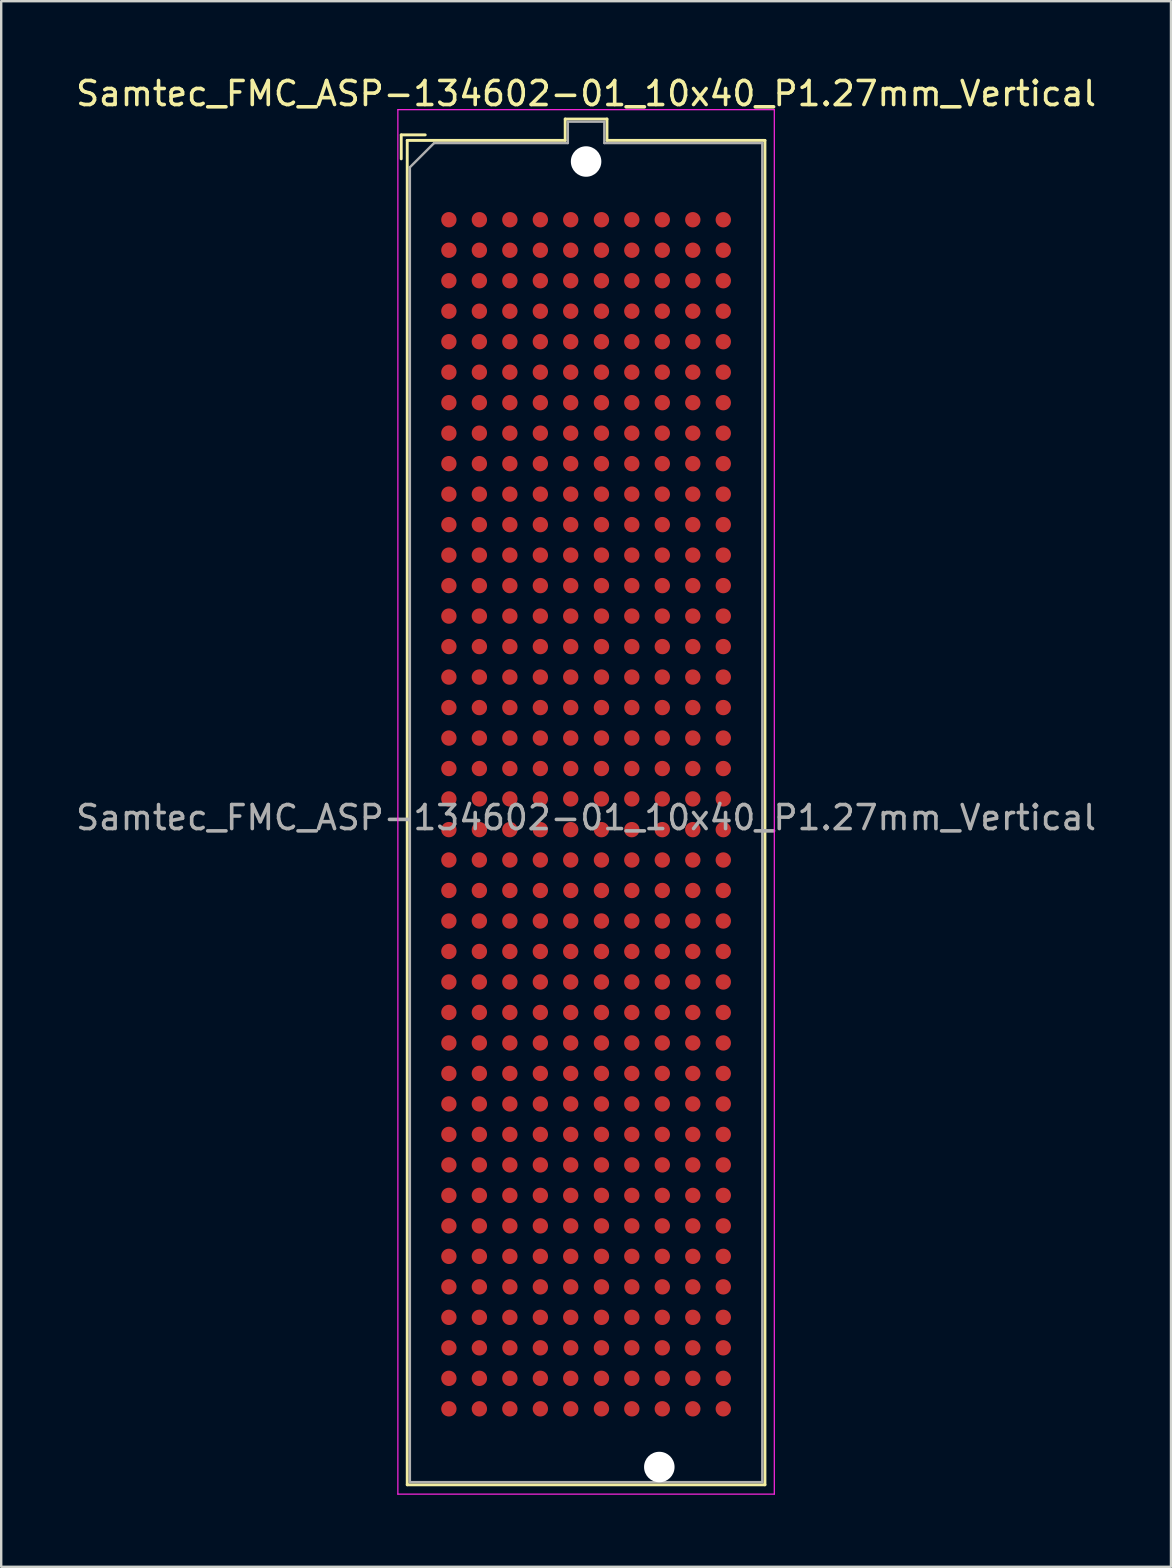
<source format=kicad_pcb>
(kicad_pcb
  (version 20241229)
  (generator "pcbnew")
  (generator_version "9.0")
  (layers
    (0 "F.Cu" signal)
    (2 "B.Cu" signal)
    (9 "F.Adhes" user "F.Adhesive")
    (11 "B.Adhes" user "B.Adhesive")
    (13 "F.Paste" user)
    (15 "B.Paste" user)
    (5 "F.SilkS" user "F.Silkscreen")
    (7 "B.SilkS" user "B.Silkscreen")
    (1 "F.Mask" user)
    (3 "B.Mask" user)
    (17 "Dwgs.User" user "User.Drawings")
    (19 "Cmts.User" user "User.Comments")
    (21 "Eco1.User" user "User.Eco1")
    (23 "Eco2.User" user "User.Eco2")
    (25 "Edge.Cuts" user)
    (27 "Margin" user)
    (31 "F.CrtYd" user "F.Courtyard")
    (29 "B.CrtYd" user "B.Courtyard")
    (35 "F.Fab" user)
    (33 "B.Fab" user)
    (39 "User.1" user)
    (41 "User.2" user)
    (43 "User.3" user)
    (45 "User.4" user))
  (footprint "Samtec_FMC_ASP-134602-01_10x40_P1.27mm_Vertical"
    (layer "F.Cu")
    (at 21.363 30.868)
    (property "Reference" "Samtec_FMC_ASP-134602-01_10x40_P1.27mm_Vertical" (at 0 -30.02 0) (layer "F.SilkS") (effects (font (size 1 1) (thickness 0.15))))
    (attr smd)
    (fp_line (start -7.7 -28.3) (end -6.7 -28.3) (stroke (width 0.12) (type solid)) (layer "F.SilkS"))
    (fp_line (start -7.7 -27.3) (end -7.7 -28.3) (stroke (width 0.12) (type solid)) (layer "F.SilkS"))
    (fp_line (start -7.45 -28.07) (end -7.45 27.93) (stroke (width 0.12) (type solid)) (layer "F.SilkS"))
    (fp_line (start -7.45 27.93) (end 7.45 27.93) (stroke (width 0.12) (type solid)) (layer "F.SilkS"))
    (fp_line (start -0.87 -28.96) (end -0.87 -28.07) (stroke (width 0.12) (type solid)) (layer "F.SilkS"))
    (fp_line (start -0.87 -28.07) (end -7.45 -28.07) (stroke (width 0.12) (type solid)) (layer "F.SilkS"))
    (fp_line (start 0.87 -28.96) (end -0.87 -28.96) (stroke (width 0.12) (type solid)) (layer "F.SilkS"))
    (fp_line (start 0.87 -28.07) (end 0.87 -28.96) (stroke (width 0.12) (type solid)) (layer "F.SilkS"))
    (fp_line (start 7.45 -28.07) (end 0.87 -28.07) (stroke (width 0.12) (type solid)) (layer "F.SilkS"))
    (fp_line (start 7.45 27.93) (end 7.45 -28.07) (stroke (width 0.12) (type solid)) (layer "F.SilkS"))
    (fp_line (start -7.84 -29.35) (end -7.84 28.32) (stroke (width 0.05) (type solid)) (layer "F.CrtYd"))
    (fp_line (start -7.84 -29.35) (end 7.84 -29.35) (stroke (width 0.05) (type solid)) (layer "F.CrtYd"))
    (fp_line (start -7.84 28.32) (end 7.84 28.32) (stroke (width 0.05) (type solid)) (layer "F.CrtYd"))
    (fp_line (start 7.84 -29.35) (end 7.84 28.32) (stroke (width 0.05) (type solid)) (layer "F.CrtYd"))
    (fp_line (start -7.34 -26.95) (end -6.33 -27.96) (stroke (width 0.1) (type solid)) (layer "F.Fab"))
    (fp_line (start -7.34 27.82) (end -7.34 -26.95) (stroke (width 0.1) (type solid)) (layer "F.Fab"))
    (fp_line (start -7.34 27.82) (end 7.34 27.82) (stroke (width 0.1) (type solid)) (layer "F.Fab"))
    (fp_line (start -0.76 -28.85) (end 0.76 -28.85) (stroke (width 0.1) (type solid)) (layer "F.Fab"))
    (fp_line (start -0.76 -27.96) (end -6.33 -27.96) (stroke (width 0.1) (type solid)) (layer "F.Fab"))
    (fp_line (start -0.76 -27.96) (end -0.76 -28.85) (stroke (width 0.1) (type solid)) (layer "F.Fab"))
    (fp_line (start 0.76 -27.96) (end 0.76 -28.85) (stroke (width 0.1) (type solid)) (layer "F.Fab"))
    (fp_line (start 0.76 -27.96) (end 7.34 -27.96) (stroke (width 0.1) (type solid)) (layer "F.Fab"))
    (fp_line (start 7.34 27.82) (end 7.34 -27.96) (stroke (width 0.1) (type solid)) (layer "F.Fab"))
    (fp_text user "${REFERENCE}" (at 0 0.14 0) (layer "F.Fab") (effects (font (size 1 1) (thickness 0.15))))
    (pad "" np_thru_hole circle (at 0 -27.19 90) (size 1.27 1.27) (drill 1.27) (layers "*.Cu" "*.Mask"))
    (pad "" np_thru_hole circle (at 3.05 27.19 90) (size 1.27 1.27) (drill 1.27) (layers "*.Cu" "*.Mask"))
    (pad "A1" smd circle (at -5.715 -24.765 90) (size 0.64 0.64) (layers "F.Cu" "F.Mask" "F.Paste"))
    (pad "A2" smd circle (at -5.715 -23.495 90) (size 0.64 0.64) (layers "F.Cu" "F.Mask" "F.Paste"))
    (pad "A3" smd circle (at -5.715 -22.225 90) (size 0.64 0.64) (layers "F.Cu" "F.Mask" "F.Paste"))
    (pad "A4" smd circle (at -5.715 -20.955 90) (size 0.64 0.64) (layers "F.Cu" "F.Mask" "F.Paste"))
    (pad "A5" smd circle (at -5.715 -19.685 90) (size 0.64 0.64) (layers "F.Cu" "F.Mask" "F.Paste"))
    (pad "A6" smd circle (at -5.715 -18.415 90) (size 0.64 0.64) (layers "F.Cu" "F.Mask" "F.Paste"))
    (pad "A7" smd circle (at -5.715 -17.145 90) (size 0.64 0.64) (layers "F.Cu" "F.Mask" "F.Paste"))
    (pad "A8" smd circle (at -5.715 -15.875 90) (size 0.64 0.64) (layers "F.Cu" "F.Mask" "F.Paste"))
    (pad "A9" smd circle (at -5.715 -14.605 90) (size 0.64 0.64) (layers "F.Cu" "F.Mask" "F.Paste"))
    (pad "A10" smd circle (at -5.715 -13.335 90) (size 0.64 0.64) (layers "F.Cu" "F.Mask" "F.Paste"))
    (pad "A11" smd circle (at -5.715 -12.065 90) (size 0.64 0.64) (layers "F.Cu" "F.Mask" "F.Paste"))
    (pad "A12" smd circle (at -5.715 -10.795 90) (size 0.64 0.64) (layers "F.Cu" "F.Mask" "F.Paste"))
    (pad "A13" smd circle (at -5.715 -9.525 90) (size 0.64 0.64) (layers "F.Cu" "F.Mask" "F.Paste"))
    (pad "A14" smd circle (at -5.715 -8.255 90) (size 0.64 0.64) (layers "F.Cu" "F.Mask" "F.Paste"))
    (pad "A15" smd circle (at -5.715 -6.985 90) (size 0.64 0.64) (layers "F.Cu" "F.Mask" "F.Paste"))
    (pad "A16" smd circle (at -5.715 -5.715 90) (size 0.64 0.64) (layers "F.Cu" "F.Mask" "F.Paste"))
    (pad "A17" smd circle (at -5.715 -4.445 90) (size 0.64 0.64) (layers "F.Cu" "F.Mask" "F.Paste"))
    (pad "A18" smd circle (at -5.715 -3.175 90) (size 0.64 0.64) (layers "F.Cu" "F.Mask" "F.Paste"))
    (pad "A19" smd circle (at -5.715 -1.905 90) (size 0.64 0.64) (layers "F.Cu" "F.Mask" "F.Paste"))
    (pad "A20" smd circle (at -5.715 -0.64 90) (size 0.64 0.64) (layers "F.Cu" "F.Mask" "F.Paste"))
    (pad "A21" smd circle (at -5.715 0.64 90) (size 0.64 0.64) (layers "F.Cu" "F.Mask" "F.Paste"))
    (pad "A22" smd circle (at -5.715 1.905 90) (size 0.64 0.64) (layers "F.Cu" "F.Mask" "F.Paste"))
    (pad "A23" smd circle (at -5.715 3.175 90) (size 0.64 0.64) (layers "F.Cu" "F.Mask" "F.Paste"))
    (pad "A24" smd circle (at -5.715 4.445 90) (size 0.64 0.64) (layers "F.Cu" "F.Mask" "F.Paste"))
    (pad "A25" smd circle (at -5.715 5.715 90) (size 0.64 0.64) (layers "F.Cu" "F.Mask" "F.Paste"))
    (pad "A26" smd circle (at -5.715 6.985 90) (size 0.64 0.64) (layers "F.Cu" "F.Mask" "F.Paste"))
    (pad "A27" smd circle (at -5.715 8.255 90) (size 0.64 0.64) (layers "F.Cu" "F.Mask" "F.Paste"))
    (pad "A28" smd circle (at -5.715 9.525 90) (size 0.64 0.64) (layers "F.Cu" "F.Mask" "F.Paste"))
    (pad "A29" smd circle (at -5.715 10.795 90) (size 0.64 0.64) (layers "F.Cu" "F.Mask" "F.Paste"))
    (pad "A30" smd circle (at -5.715 12.065 90) (size 0.64 0.64) (layers "F.Cu" "F.Mask" "F.Paste"))
    (pad "A31" smd circle (at -5.715 13.335 90) (size 0.64 0.64) (layers "F.Cu" "F.Mask" "F.Paste"))
    (pad "A32" smd circle (at -5.715 14.605 90) (size 0.64 0.64) (layers "F.Cu" "F.Mask" "F.Paste"))
    (pad "A33" smd circle (at -5.715 15.875 90) (size 0.64 0.64) (layers "F.Cu" "F.Mask" "F.Paste"))
    (pad "A34" smd circle (at -5.715 17.145 90) (size 0.64 0.64) (layers "F.Cu" "F.Mask" "F.Paste"))
    (pad "A35" smd circle (at -5.715 18.415 90) (size 0.64 0.64) (layers "F.Cu" "F.Mask" "F.Paste"))
    (pad "A36" smd circle (at -5.715 19.685 90) (size 0.64 0.64) (layers "F.Cu" "F.Mask" "F.Paste"))
    (pad "A37" smd circle (at -5.715 20.955 90) (size 0.64 0.64) (layers "F.Cu" "F.Mask" "F.Paste"))
    (pad "A38" smd circle (at -5.715 22.225 90) (size 0.64 0.64) (layers "F.Cu" "F.Mask" "F.Paste"))
    (pad "A39" smd circle (at -5.715 23.495 90) (size 0.64 0.64) (layers "F.Cu" "F.Mask" "F.Paste"))
    (pad "A40" smd circle (at -5.715 24.765 90) (size 0.64 0.64) (layers "F.Cu" "F.Mask" "F.Paste"))
    (pad "B1" smd circle (at -4.445 -24.765 90) (size 0.64 0.64) (layers "F.Cu" "F.Mask" "F.Paste"))
    (pad "B2" smd circle (at -4.445 -23.495 90) (size 0.64 0.64) (layers "F.Cu" "F.Mask" "F.Paste"))
    (pad "B3" smd circle (at -4.445 -22.225 90) (size 0.64 0.64) (layers "F.Cu" "F.Mask" "F.Paste"))
    (pad "B4" smd circle (at -4.445 -20.955 90) (size 0.64 0.64) (layers "F.Cu" "F.Mask" "F.Paste"))
    (pad "B5" smd circle (at -4.445 -19.685 90) (size 0.64 0.64) (layers "F.Cu" "F.Mask" "F.Paste"))
    (pad "B6" smd circle (at -4.445 -18.415 90) (size 0.64 0.64) (layers "F.Cu" "F.Mask" "F.Paste"))
    (pad "B7" smd circle (at -4.445 -17.145 90) (size 0.64 0.64) (layers "F.Cu" "F.Mask" "F.Paste"))
    (pad "B8" smd circle (at -4.445 -15.875 90) (size 0.64 0.64) (layers "F.Cu" "F.Mask" "F.Paste"))
    (pad "B9" smd circle (at -4.445 -14.605 90) (size 0.64 0.64) (layers "F.Cu" "F.Mask" "F.Paste"))
    (pad "B10" smd circle (at -4.445 -13.335 90) (size 0.64 0.64) (layers "F.Cu" "F.Mask" "F.Paste"))
    (pad "B11" smd circle (at -4.445 -12.065 90) (size 0.64 0.64) (layers "F.Cu" "F.Mask" "F.Paste"))
    (pad "B12" smd circle (at -4.445 -10.795 90) (size 0.64 0.64) (layers "F.Cu" "F.Mask" "F.Paste"))
    (pad "B13" smd circle (at -4.445 -9.525 90) (size 0.64 0.64) (layers "F.Cu" "F.Mask" "F.Paste"))
    (pad "B14" smd circle (at -4.445 -8.255 90) (size 0.64 0.64) (layers "F.Cu" "F.Mask" "F.Paste"))
    (pad "B15" smd circle (at -4.445 -6.985 90) (size 0.64 0.64) (layers "F.Cu" "F.Mask" "F.Paste"))
    (pad "B16" smd circle (at -4.445 -5.715 90) (size 0.64 0.64) (layers "F.Cu" "F.Mask" "F.Paste"))
    (pad "B17" smd circle (at -4.445 -4.445 90) (size 0.64 0.64) (layers "F.Cu" "F.Mask" "F.Paste"))
    (pad "B18" smd circle (at -4.445 -3.175 90) (size 0.64 0.64) (layers "F.Cu" "F.Mask" "F.Paste"))
    (pad "B19" smd circle (at -4.445 -1.905 90) (size 0.64 0.64) (layers "F.Cu" "F.Mask" "F.Paste"))
    (pad "B20" smd circle (at -4.445 -0.64 90) (size 0.64 0.64) (layers "F.Cu" "F.Mask" "F.Paste"))
    (pad "B21" smd circle (at -4.445 0.64 90) (size 0.64 0.64) (layers "F.Cu" "F.Mask" "F.Paste"))
    (pad "B22" smd circle (at -4.445 1.905 90) (size 0.64 0.64) (layers "F.Cu" "F.Mask" "F.Paste"))
    (pad "B23" smd circle (at -4.445 3.175 90) (size 0.64 0.64) (layers "F.Cu" "F.Mask" "F.Paste"))
    (pad "B24" smd circle (at -4.445 4.445 90) (size 0.64 0.64) (layers "F.Cu" "F.Mask" "F.Paste"))
    (pad "B25" smd circle (at -4.445 5.715 90) (size 0.64 0.64) (layers "F.Cu" "F.Mask" "F.Paste"))
    (pad "B26" smd circle (at -4.445 6.985 90) (size 0.64 0.64) (layers "F.Cu" "F.Mask" "F.Paste"))
    (pad "B27" smd circle (at -4.445 8.255 90) (size 0.64 0.64) (layers "F.Cu" "F.Mask" "F.Paste"))
    (pad "B28" smd circle (at -4.445 9.525 90) (size 0.64 0.64) (layers "F.Cu" "F.Mask" "F.Paste"))
    (pad "B29" smd circle (at -4.445 10.795 90) (size 0.64 0.64) (layers "F.Cu" "F.Mask" "F.Paste"))
    (pad "B30" smd circle (at -4.445 12.065 90) (size 0.64 0.64) (layers "F.Cu" "F.Mask" "F.Paste"))
    (pad "B31" smd circle (at -4.445 13.335 90) (size 0.64 0.64) (layers "F.Cu" "F.Mask" "F.Paste"))
    (pad "B32" smd circle (at -4.445 14.605 90) (size 0.64 0.64) (layers "F.Cu" "F.Mask" "F.Paste"))
    (pad "B33" smd circle (at -4.445 15.875 90) (size 0.64 0.64) (layers "F.Cu" "F.Mask" "F.Paste"))
    (pad "B34" smd circle (at -4.445 17.145 90) (size 0.64 0.64) (layers "F.Cu" "F.Mask" "F.Paste"))
    (pad "B35" smd circle (at -4.445 18.415 90) (size 0.64 0.64) (layers "F.Cu" "F.Mask" "F.Paste"))
    (pad "B36" smd circle (at -4.445 19.685 90) (size 0.64 0.64) (layers "F.Cu" "F.Mask" "F.Paste"))
    (pad "B37" smd circle (at -4.445 20.955 90) (size 0.64 0.64) (layers "F.Cu" "F.Mask" "F.Paste"))
    (pad "B38" smd circle (at -4.445 22.225 90) (size 0.64 0.64) (layers "F.Cu" "F.Mask" "F.Paste"))
    (pad "B39" smd circle (at -4.445 23.495 90) (size 0.64 0.64) (layers "F.Cu" "F.Mask" "F.Paste"))
    (pad "B40" smd circle (at -4.445 24.765 90) (size 0.64 0.64) (layers "F.Cu" "F.Mask" "F.Paste"))
    (pad "C1" smd circle (at -3.175 -24.765 90) (size 0.64 0.64) (layers "F.Cu" "F.Mask" "F.Paste"))
    (pad "C2" smd circle (at -3.175 -23.495 90) (size 0.64 0.64) (layers "F.Cu" "F.Mask" "F.Paste"))
    (pad "C3" smd circle (at -3.175 -22.225 90) (size 0.64 0.64) (layers "F.Cu" "F.Mask" "F.Paste"))
    (pad "C4" smd circle (at -3.175 -20.955 90) (size 0.64 0.64) (layers "F.Cu" "F.Mask" "F.Paste"))
    (pad "C5" smd circle (at -3.175 -19.685 90) (size 0.64 0.64) (layers "F.Cu" "F.Mask" "F.Paste"))
    (pad "C6" smd circle (at -3.175 -18.415 90) (size 0.64 0.64) (layers "F.Cu" "F.Mask" "F.Paste"))
    (pad "C7" smd circle (at -3.175 -17.145 90) (size 0.64 0.64) (layers "F.Cu" "F.Mask" "F.Paste"))
    (pad "C8" smd circle (at -3.175 -15.875 90) (size 0.64 0.64) (layers "F.Cu" "F.Mask" "F.Paste"))
    (pad "C9" smd circle (at -3.175 -14.605 90) (size 0.64 0.64) (layers "F.Cu" "F.Mask" "F.Paste"))
    (pad "C10" smd circle (at -3.175 -13.335 90) (size 0.64 0.64) (layers "F.Cu" "F.Mask" "F.Paste"))
    (pad "C11" smd circle (at -3.175 -12.065 90) (size 0.64 0.64) (layers "F.Cu" "F.Mask" "F.Paste"))
    (pad "C12" smd circle (at -3.175 -10.795 90) (size 0.64 0.64) (layers "F.Cu" "F.Mask" "F.Paste"))
    (pad "C13" smd circle (at -3.175 -9.525 90) (size 0.64 0.64) (layers "F.Cu" "F.Mask" "F.Paste"))
    (pad "C14" smd circle (at -3.175 -8.255 90) (size 0.64 0.64) (layers "F.Cu" "F.Mask" "F.Paste"))
    (pad "C15" smd circle (at -3.175 -6.985 90) (size 0.64 0.64) (layers "F.Cu" "F.Mask" "F.Paste"))
    (pad "C16" smd circle (at -3.175 -5.715 90) (size 0.64 0.64) (layers "F.Cu" "F.Mask" "F.Paste"))
    (pad "C17" smd circle (at -3.175 -4.445 90) (size 0.64 0.64) (layers "F.Cu" "F.Mask" "F.Paste"))
    (pad "C18" smd circle (at -3.175 -3.175 90) (size 0.64 0.64) (layers "F.Cu" "F.Mask" "F.Paste"))
    (pad "C19" smd circle (at -3.175 -1.905 90) (size 0.64 0.64) (layers "F.Cu" "F.Mask" "F.Paste"))
    (pad "C20" smd circle (at -3.175 -0.64 90) (size 0.64 0.64) (layers "F.Cu" "F.Mask" "F.Paste"))
    (pad "C21" smd circle (at -3.175 0.64 90) (size 0.64 0.64) (layers "F.Cu" "F.Mask" "F.Paste"))
    (pad "C22" smd circle (at -3.175 1.905 90) (size 0.64 0.64) (layers "F.Cu" "F.Mask" "F.Paste"))
    (pad "C23" smd circle (at -3.175 3.175 90) (size 0.64 0.64) (layers "F.Cu" "F.Mask" "F.Paste"))
    (pad "C24" smd circle (at -3.175 4.445 90) (size 0.64 0.64) (layers "F.Cu" "F.Mask" "F.Paste"))
    (pad "C25" smd circle (at -3.175 5.715 90) (size 0.64 0.64) (layers "F.Cu" "F.Mask" "F.Paste"))
    (pad "C26" smd circle (at -3.175 6.985 90) (size 0.64 0.64) (layers "F.Cu" "F.Mask" "F.Paste"))
    (pad "C27" smd circle (at -3.175 8.255 90) (size 0.64 0.64) (layers "F.Cu" "F.Mask" "F.Paste"))
    (pad "C28" smd circle (at -3.175 9.525 90) (size 0.64 0.64) (layers "F.Cu" "F.Mask" "F.Paste"))
    (pad "C29" smd circle (at -3.175 10.795 90) (size 0.64 0.64) (layers "F.Cu" "F.Mask" "F.Paste"))
    (pad "C30" smd circle (at -3.175 12.065 90) (size 0.64 0.64) (layers "F.Cu" "F.Mask" "F.Paste"))
    (pad "C31" smd circle (at -3.175 13.335 90) (size 0.64 0.64) (layers "F.Cu" "F.Mask" "F.Paste"))
    (pad "C32" smd circle (at -3.175 14.605 90) (size 0.64 0.64) (layers "F.Cu" "F.Mask" "F.Paste"))
    (pad "C33" smd circle (at -3.175 15.875 90) (size 0.64 0.64) (layers "F.Cu" "F.Mask" "F.Paste"))
    (pad "C34" smd circle (at -3.175 17.145 90) (size 0.64 0.64) (layers "F.Cu" "F.Mask" "F.Paste"))
    (pad "C35" smd circle (at -3.175 18.415 90) (size 0.64 0.64) (layers "F.Cu" "F.Mask" "F.Paste"))
    (pad "C36" smd circle (at -3.175 19.685 90) (size 0.64 0.64) (layers "F.Cu" "F.Mask" "F.Paste"))
    (pad "C37" smd circle (at -3.175 20.955 90) (size 0.64 0.64) (layers "F.Cu" "F.Mask" "F.Paste"))
    (pad "C38" smd circle (at -3.175 22.225 90) (size 0.64 0.64) (layers "F.Cu" "F.Mask" "F.Paste"))
    (pad "C39" smd circle (at -3.175 23.495 90) (size 0.64 0.64) (layers "F.Cu" "F.Mask" "F.Paste"))
    (pad "C40" smd circle (at -3.175 24.765 90) (size 0.64 0.64) (layers "F.Cu" "F.Mask" "F.Paste"))
    (pad "D1" smd circle (at -1.905 -24.765 90) (size 0.64 0.64) (layers "F.Cu" "F.Mask" "F.Paste"))
    (pad "D2" smd circle (at -1.905 -23.495 90) (size 0.64 0.64) (layers "F.Cu" "F.Mask" "F.Paste"))
    (pad "D3" smd circle (at -1.905 -22.225 90) (size 0.64 0.64) (layers "F.Cu" "F.Mask" "F.Paste"))
    (pad "D4" smd circle (at -1.905 -20.955 90) (size 0.64 0.64) (layers "F.Cu" "F.Mask" "F.Paste"))
    (pad "D5" smd circle (at -1.905 -19.685 90) (size 0.64 0.64) (layers "F.Cu" "F.Mask" "F.Paste"))
    (pad "D6" smd circle (at -1.905 -18.415 90) (size 0.64 0.64) (layers "F.Cu" "F.Mask" "F.Paste"))
    (pad "D7" smd circle (at -1.905 -17.145 90) (size 0.64 0.64) (layers "F.Cu" "F.Mask" "F.Paste"))
    (pad "D8" smd circle (at -1.905 -15.875 90) (size 0.64 0.64) (layers "F.Cu" "F.Mask" "F.Paste"))
    (pad "D9" smd circle (at -1.905 -14.605 90) (size 0.64 0.64) (layers "F.Cu" "F.Mask" "F.Paste"))
    (pad "D10" smd circle (at -1.905 -13.335 90) (size 0.64 0.64) (layers "F.Cu" "F.Mask" "F.Paste"))
    (pad "D11" smd circle (at -1.905 -12.065 90) (size 0.64 0.64) (layers "F.Cu" "F.Mask" "F.Paste"))
    (pad "D12" smd circle (at -1.905 -10.795 90) (size 0.64 0.64) (layers "F.Cu" "F.Mask" "F.Paste"))
    (pad "D13" smd circle (at -1.905 -9.525 90) (size 0.64 0.64) (layers "F.Cu" "F.Mask" "F.Paste"))
    (pad "D14" smd circle (at -1.905 -8.255 90) (size 0.64 0.64) (layers "F.Cu" "F.Mask" "F.Paste"))
    (pad "D15" smd circle (at -1.905 -6.985 90) (size 0.64 0.64) (layers "F.Cu" "F.Mask" "F.Paste"))
    (pad "D16" smd circle (at -1.905 -5.715 90) (size 0.64 0.64) (layers "F.Cu" "F.Mask" "F.Paste"))
    (pad "D17" smd circle (at -1.905 -4.445 90) (size 0.64 0.64) (layers "F.Cu" "F.Mask" "F.Paste"))
    (pad "D18" smd circle (at -1.905 -3.175 90) (size 0.64 0.64) (layers "F.Cu" "F.Mask" "F.Paste"))
    (pad "D19" smd circle (at -1.905 -1.905 90) (size 0.64 0.64) (layers "F.Cu" "F.Mask" "F.Paste"))
    (pad "D20" smd circle (at -1.905 -0.64 90) (size 0.64 0.64) (layers "F.Cu" "F.Mask" "F.Paste"))
    (pad "D21" smd circle (at -1.905 0.64 90) (size 0.64 0.64) (layers "F.Cu" "F.Mask" "F.Paste"))
    (pad "D22" smd circle (at -1.905 1.905 90) (size 0.64 0.64) (layers "F.Cu" "F.Mask" "F.Paste"))
    (pad "D23" smd circle (at -1.905 3.175 90) (size 0.64 0.64) (layers "F.Cu" "F.Mask" "F.Paste"))
    (pad "D24" smd circle (at -1.905 4.445 90) (size 0.64 0.64) (layers "F.Cu" "F.Mask" "F.Paste"))
    (pad "D25" smd circle (at -1.905 5.715 90) (size 0.64 0.64) (layers "F.Cu" "F.Mask" "F.Paste"))
    (pad "D26" smd circle (at -1.905 6.985 90) (size 0.64 0.64) (layers "F.Cu" "F.Mask" "F.Paste"))
    (pad "D27" smd circle (at -1.905 8.255 90) (size 0.64 0.64) (layers "F.Cu" "F.Mask" "F.Paste"))
    (pad "D28" smd circle (at -1.905 9.525 90) (size 0.64 0.64) (layers "F.Cu" "F.Mask" "F.Paste"))
    (pad "D29" smd circle (at -1.905 10.795 90) (size 0.64 0.64) (layers "F.Cu" "F.Mask" "F.Paste"))
    (pad "D30" smd circle (at -1.905 12.065 90) (size 0.64 0.64) (layers "F.Cu" "F.Mask" "F.Paste"))
    (pad "D31" smd circle (at -1.905 13.335 90) (size 0.64 0.64) (layers "F.Cu" "F.Mask" "F.Paste"))
    (pad "D32" smd circle (at -1.905 14.605 90) (size 0.64 0.64) (layers "F.Cu" "F.Mask" "F.Paste"))
    (pad "D33" smd circle (at -1.905 15.875 90) (size 0.64 0.64) (layers "F.Cu" "F.Mask" "F.Paste"))
    (pad "D34" smd circle (at -1.905 17.145 90) (size 0.64 0.64) (layers "F.Cu" "F.Mask" "F.Paste"))
    (pad "D35" smd circle (at -1.905 18.415 90) (size 0.64 0.64) (layers "F.Cu" "F.Mask" "F.Paste"))
    (pad "D36" smd circle (at -1.905 19.685 90) (size 0.64 0.64) (layers "F.Cu" "F.Mask" "F.Paste"))
    (pad "D37" smd circle (at -1.905 20.955 90) (size 0.64 0.64) (layers "F.Cu" "F.Mask" "F.Paste"))
    (pad "D38" smd circle (at -1.905 22.225 90) (size 0.64 0.64) (layers "F.Cu" "F.Mask" "F.Paste"))
    (pad "D39" smd circle (at -1.905 23.495 90) (size 0.64 0.64) (layers "F.Cu" "F.Mask" "F.Paste"))
    (pad "D40" smd circle (at -1.905 24.765 90) (size 0.64 0.64) (layers "F.Cu" "F.Mask" "F.Paste"))
    (pad "E1" smd circle (at -0.64 -24.765 90) (size 0.64 0.64) (layers "F.Cu" "F.Mask" "F.Paste"))
    (pad "E2" smd circle (at -0.64 -23.495 90) (size 0.64 0.64) (layers "F.Cu" "F.Mask" "F.Paste"))
    (pad "E3" smd circle (at -0.64 -22.225 90) (size 0.64 0.64) (layers "F.Cu" "F.Mask" "F.Paste"))
    (pad "E4" smd circle (at -0.64 -20.955 90) (size 0.64 0.64) (layers "F.Cu" "F.Mask" "F.Paste"))
    (pad "E5" smd circle (at -0.64 -19.685 90) (size 0.64 0.64) (layers "F.Cu" "F.Mask" "F.Paste"))
    (pad "E6" smd circle (at -0.64 -18.415 90) (size 0.64 0.64) (layers "F.Cu" "F.Mask" "F.Paste"))
    (pad "E7" smd circle (at -0.64 -17.145 90) (size 0.64 0.64) (layers "F.Cu" "F.Mask" "F.Paste"))
    (pad "E8" smd circle (at -0.64 -15.875 90) (size 0.64 0.64) (layers "F.Cu" "F.Mask" "F.Paste"))
    (pad "E9" smd circle (at -0.64 -14.605 90) (size 0.64 0.64) (layers "F.Cu" "F.Mask" "F.Paste"))
    (pad "E10" smd circle (at -0.64 -13.335 90) (size 0.64 0.64) (layers "F.Cu" "F.Mask" "F.Paste"))
    (pad "E11" smd circle (at -0.64 -12.065 90) (size 0.64 0.64) (layers "F.Cu" "F.Mask" "F.Paste"))
    (pad "E12" smd circle (at -0.64 -10.795 90) (size 0.64 0.64) (layers "F.Cu" "F.Mask" "F.Paste"))
    (pad "E13" smd circle (at -0.64 -9.525 90) (size 0.64 0.64) (layers "F.Cu" "F.Mask" "F.Paste"))
    (pad "E14" smd circle (at -0.64 -8.255 90) (size 0.64 0.64) (layers "F.Cu" "F.Mask" "F.Paste"))
    (pad "E15" smd circle (at -0.64 -6.985 90) (size 0.64 0.64) (layers "F.Cu" "F.Mask" "F.Paste"))
    (pad "E16" smd circle (at -0.64 -5.715 90) (size 0.64 0.64) (layers "F.Cu" "F.Mask" "F.Paste"))
    (pad "E17" smd circle (at -0.64 -4.445 90) (size 0.64 0.64) (layers "F.Cu" "F.Mask" "F.Paste"))
    (pad "E18" smd circle (at -0.64 -3.175 90) (size 0.64 0.64) (layers "F.Cu" "F.Mask" "F.Paste"))
    (pad "E19" smd circle (at -0.64 -1.905 90) (size 0.64 0.64) (layers "F.Cu" "F.Mask" "F.Paste"))
    (pad "E20" smd circle (at -0.64 -0.64 90) (size 0.64 0.64) (layers "F.Cu" "F.Mask" "F.Paste"))
    (pad "E21" smd circle (at -0.64 0.64 90) (size 0.64 0.64) (layers "F.Cu" "F.Mask" "F.Paste"))
    (pad "E22" smd circle (at -0.64 1.905 90) (size 0.64 0.64) (layers "F.Cu" "F.Mask" "F.Paste"))
    (pad "E23" smd circle (at -0.64 3.175 90) (size 0.64 0.64) (layers "F.Cu" "F.Mask" "F.Paste"))
    (pad "E24" smd circle (at -0.64 4.445 90) (size 0.64 0.64) (layers "F.Cu" "F.Mask" "F.Paste"))
    (pad "E25" smd circle (at -0.64 5.715 90) (size 0.64 0.64) (layers "F.Cu" "F.Mask" "F.Paste"))
    (pad "E26" smd circle (at -0.64 6.985 90) (size 0.64 0.64) (layers "F.Cu" "F.Mask" "F.Paste"))
    (pad "E27" smd circle (at -0.64 8.255 90) (size 0.64 0.64) (layers "F.Cu" "F.Mask" "F.Paste"))
    (pad "E28" smd circle (at -0.64 9.525 90) (size 0.64 0.64) (layers "F.Cu" "F.Mask" "F.Paste"))
    (pad "E29" smd circle (at -0.64 10.795 90) (size 0.64 0.64) (layers "F.Cu" "F.Mask" "F.Paste"))
    (pad "E30" smd circle (at -0.64 12.065 90) (size 0.64 0.64) (layers "F.Cu" "F.Mask" "F.Paste"))
    (pad "E31" smd circle (at -0.64 13.335 90) (size 0.64 0.64) (layers "F.Cu" "F.Mask" "F.Paste"))
    (pad "E32" smd circle (at -0.64 14.605 90) (size 0.64 0.64) (layers "F.Cu" "F.Mask" "F.Paste"))
    (pad "E33" smd circle (at -0.64 15.875 90) (size 0.64 0.64) (layers "F.Cu" "F.Mask" "F.Paste"))
    (pad "E34" smd circle (at -0.64 17.145 90) (size 0.64 0.64) (layers "F.Cu" "F.Mask" "F.Paste"))
    (pad "E35" smd circle (at -0.64 18.415 90) (size 0.64 0.64) (layers "F.Cu" "F.Mask" "F.Paste"))
    (pad "E36" smd circle (at -0.64 19.685 90) (size 0.64 0.64) (layers "F.Cu" "F.Mask" "F.Paste"))
    (pad "E37" smd circle (at -0.64 20.955 90) (size 0.64 0.64) (layers "F.Cu" "F.Mask" "F.Paste"))
    (pad "E38" smd circle (at -0.64 22.225 90) (size 0.64 0.64) (layers "F.Cu" "F.Mask" "F.Paste"))
    (pad "E39" smd circle (at -0.64 23.495 90) (size 0.64 0.64) (layers "F.Cu" "F.Mask" "F.Paste"))
    (pad "E40" smd circle (at -0.64 24.765 90) (size 0.64 0.64) (layers "F.Cu" "F.Mask" "F.Paste"))
    (pad "F1" smd circle (at 0.64 -24.765 90) (size 0.64 0.64) (layers "F.Cu" "F.Mask" "F.Paste"))
    (pad "F2" smd circle (at 0.64 -23.495 90) (size 0.64 0.64) (layers "F.Cu" "F.Mask" "F.Paste"))
    (pad "F3" smd circle (at 0.64 -22.225 90) (size 0.64 0.64) (layers "F.Cu" "F.Mask" "F.Paste"))
    (pad "F4" smd circle (at 0.64 -20.955 90) (size 0.64 0.64) (layers "F.Cu" "F.Mask" "F.Paste"))
    (pad "F5" smd circle (at 0.64 -19.685 90) (size 0.64 0.64) (layers "F.Cu" "F.Mask" "F.Paste"))
    (pad "F6" smd circle (at 0.64 -18.415 90) (size 0.64 0.64) (layers "F.Cu" "F.Mask" "F.Paste"))
    (pad "F7" smd circle (at 0.64 -17.145 90) (size 0.64 0.64) (layers "F.Cu" "F.Mask" "F.Paste"))
    (pad "F8" smd circle (at 0.64 -15.875 90) (size 0.64 0.64) (layers "F.Cu" "F.Mask" "F.Paste"))
    (pad "F9" smd circle (at 0.64 -14.605 90) (size 0.64 0.64) (layers "F.Cu" "F.Mask" "F.Paste"))
    (pad "F10" smd circle (at 0.64 -13.335 90) (size 0.64 0.64) (layers "F.Cu" "F.Mask" "F.Paste"))
    (pad "F11" smd circle (at 0.64 -12.065 90) (size 0.64 0.64) (layers "F.Cu" "F.Mask" "F.Paste"))
    (pad "F12" smd circle (at 0.64 -10.795 90) (size 0.64 0.64) (layers "F.Cu" "F.Mask" "F.Paste"))
    (pad "F13" smd circle (at 0.64 -9.525 90) (size 0.64 0.64) (layers "F.Cu" "F.Mask" "F.Paste"))
    (pad "F14" smd circle (at 0.64 -8.255 90) (size 0.64 0.64) (layers "F.Cu" "F.Mask" "F.Paste"))
    (pad "F15" smd circle (at 0.64 -6.985 90) (size 0.64 0.64) (layers "F.Cu" "F.Mask" "F.Paste"))
    (pad "F16" smd circle (at 0.64 -5.715 90) (size 0.64 0.64) (layers "F.Cu" "F.Mask" "F.Paste"))
    (pad "F17" smd circle (at 0.64 -4.445 90) (size 0.64 0.64) (layers "F.Cu" "F.Mask" "F.Paste"))
    (pad "F18" smd circle (at 0.64 -3.175 90) (size 0.64 0.64) (layers "F.Cu" "F.Mask" "F.Paste"))
    (pad "F19" smd circle (at 0.64 -1.905 90) (size 0.64 0.64) (layers "F.Cu" "F.Mask" "F.Paste"))
    (pad "F20" smd circle (at 0.64 -0.64 90) (size 0.64 0.64) (layers "F.Cu" "F.Mask" "F.Paste"))
    (pad "F21" smd circle (at 0.64 0.64 90) (size 0.64 0.64) (layers "F.Cu" "F.Mask" "F.Paste"))
    (pad "F22" smd circle (at 0.64 1.905 90) (size 0.64 0.64) (layers "F.Cu" "F.Mask" "F.Paste"))
    (pad "F23" smd circle (at 0.64 3.175 90) (size 0.64 0.64) (layers "F.Cu" "F.Mask" "F.Paste"))
    (pad "F24" smd circle (at 0.64 4.445 90) (size 0.64 0.64) (layers "F.Cu" "F.Mask" "F.Paste"))
    (pad "F25" smd circle (at 0.64 5.715 90) (size 0.64 0.64) (layers "F.Cu" "F.Mask" "F.Paste"))
    (pad "F26" smd circle (at 0.64 6.985 90) (size 0.64 0.64) (layers "F.Cu" "F.Mask" "F.Paste"))
    (pad "F27" smd circle (at 0.64 8.255 90) (size 0.64 0.64) (layers "F.Cu" "F.Mask" "F.Paste"))
    (pad "F28" smd circle (at 0.64 9.525 90) (size 0.64 0.64) (layers "F.Cu" "F.Mask" "F.Paste"))
    (pad "F29" smd circle (at 0.64 10.795 90) (size 0.64 0.64) (layers "F.Cu" "F.Mask" "F.Paste"))
    (pad "F30" smd circle (at 0.64 12.065 90) (size 0.64 0.64) (layers "F.Cu" "F.Mask" "F.Paste"))
    (pad "F31" smd circle (at 0.64 13.335 90) (size 0.64 0.64) (layers "F.Cu" "F.Mask" "F.Paste"))
    (pad "F32" smd circle (at 0.64 14.605 90) (size 0.64 0.64) (layers "F.Cu" "F.Mask" "F.Paste"))
    (pad "F33" smd circle (at 0.64 15.875 90) (size 0.64 0.64) (layers "F.Cu" "F.Mask" "F.Paste"))
    (pad "F34" smd circle (at 0.64 17.145 90) (size 0.64 0.64) (layers "F.Cu" "F.Mask" "F.Paste"))
    (pad "F35" smd circle (at 0.64 18.415 90) (size 0.64 0.64) (layers "F.Cu" "F.Mask" "F.Paste"))
    (pad "F36" smd circle (at 0.64 19.685 90) (size 0.64 0.64) (layers "F.Cu" "F.Mask" "F.Paste"))
    (pad "F37" smd circle (at 0.64 20.955 90) (size 0.64 0.64) (layers "F.Cu" "F.Mask" "F.Paste"))
    (pad "F38" smd circle (at 0.64 22.225 90) (size 0.64 0.64) (layers "F.Cu" "F.Mask" "F.Paste"))
    (pad "F39" smd circle (at 0.64 23.495 90) (size 0.64 0.64) (layers "F.Cu" "F.Mask" "F.Paste"))
    (pad "F40" smd circle (at 0.64 24.765 90) (size 0.64 0.64) (layers "F.Cu" "F.Mask" "F.Paste"))
    (pad "G1" smd circle (at 1.905 -24.765 90) (size 0.64 0.64) (layers "F.Cu" "F.Mask" "F.Paste"))
    (pad "G2" smd circle (at 1.905 -23.495 90) (size 0.64 0.64) (layers "F.Cu" "F.Mask" "F.Paste"))
    (pad "G3" smd circle (at 1.905 -22.225 90) (size 0.64 0.64) (layers "F.Cu" "F.Mask" "F.Paste"))
    (pad "G4" smd circle (at 1.905 -20.955 90) (size 0.64 0.64) (layers "F.Cu" "F.Mask" "F.Paste"))
    (pad "G5" smd circle (at 1.905 -19.685 90) (size 0.64 0.64) (layers "F.Cu" "F.Mask" "F.Paste"))
    (pad "G6" smd circle (at 1.905 -18.415 90) (size 0.64 0.64) (layers "F.Cu" "F.Mask" "F.Paste"))
    (pad "G7" smd circle (at 1.905 -17.145 90) (size 0.64 0.64) (layers "F.Cu" "F.Mask" "F.Paste"))
    (pad "G8" smd circle (at 1.905 -15.875 90) (size 0.64 0.64) (layers "F.Cu" "F.Mask" "F.Paste"))
    (pad "G9" smd circle (at 1.905 -14.605 90) (size 0.64 0.64) (layers "F.Cu" "F.Mask" "F.Paste"))
    (pad "G10" smd circle (at 1.905 -13.335 90) (size 0.64 0.64) (layers "F.Cu" "F.Mask" "F.Paste"))
    (pad "G11" smd circle (at 1.905 -12.065 90) (size 0.64 0.64) (layers "F.Cu" "F.Mask" "F.Paste"))
    (pad "G12" smd circle (at 1.905 -10.795 90) (size 0.64 0.64) (layers "F.Cu" "F.Mask" "F.Paste"))
    (pad "G13" smd circle (at 1.905 -9.525 90) (size 0.64 0.64) (layers "F.Cu" "F.Mask" "F.Paste"))
    (pad "G14" smd circle (at 1.905 -8.255 90) (size 0.64 0.64) (layers "F.Cu" "F.Mask" "F.Paste"))
    (pad "G15" smd circle (at 1.905 -6.985 90) (size 0.64 0.64) (layers "F.Cu" "F.Mask" "F.Paste"))
    (pad "G16" smd circle (at 1.905 -5.715 90) (size 0.64 0.64) (layers "F.Cu" "F.Mask" "F.Paste"))
    (pad "G17" smd circle (at 1.905 -4.445 90) (size 0.64 0.64) (layers "F.Cu" "F.Mask" "F.Paste"))
    (pad "G18" smd circle (at 1.905 -3.175 90) (size 0.64 0.64) (layers "F.Cu" "F.Mask" "F.Paste"))
    (pad "G19" smd circle (at 1.905 -1.905 90) (size 0.64 0.64) (layers "F.Cu" "F.Mask" "F.Paste"))
    (pad "G20" smd circle (at 1.905 -0.64 90) (size 0.64 0.64) (layers "F.Cu" "F.Mask" "F.Paste"))
    (pad "G21" smd circle (at 1.905 0.64 90) (size 0.64 0.64) (layers "F.Cu" "F.Mask" "F.Paste"))
    (pad "G22" smd circle (at 1.905 1.905 90) (size 0.64 0.64) (layers "F.Cu" "F.Mask" "F.Paste"))
    (pad "G23" smd circle (at 1.905 3.175 90) (size 0.64 0.64) (layers "F.Cu" "F.Mask" "F.Paste"))
    (pad "G24" smd circle (at 1.905 4.445 90) (size 0.64 0.64) (layers "F.Cu" "F.Mask" "F.Paste"))
    (pad "G25" smd circle (at 1.905 5.715 90) (size 0.64 0.64) (layers "F.Cu" "F.Mask" "F.Paste"))
    (pad "G26" smd circle (at 1.905 6.985 90) (size 0.64 0.64) (layers "F.Cu" "F.Mask" "F.Paste"))
    (pad "G27" smd circle (at 1.905 8.255 90) (size 0.64 0.64) (layers "F.Cu" "F.Mask" "F.Paste"))
    (pad "G28" smd circle (at 1.905 9.525 90) (size 0.64 0.64) (layers "F.Cu" "F.Mask" "F.Paste"))
    (pad "G29" smd circle (at 1.905 10.795 90) (size 0.64 0.64) (layers "F.Cu" "F.Mask" "F.Paste"))
    (pad "G30" smd circle (at 1.905 12.065 90) (size 0.64 0.64) (layers "F.Cu" "F.Mask" "F.Paste"))
    (pad "G31" smd circle (at 1.905 13.335 90) (size 0.64 0.64) (layers "F.Cu" "F.Mask" "F.Paste"))
    (pad "G32" smd circle (at 1.905 14.605 90) (size 0.64 0.64) (layers "F.Cu" "F.Mask" "F.Paste"))
    (pad "G33" smd circle (at 1.905 15.875 90) (size 0.64 0.64) (layers "F.Cu" "F.Mask" "F.Paste"))
    (pad "G34" smd circle (at 1.905 17.145 90) (size 0.64 0.64) (layers "F.Cu" "F.Mask" "F.Paste"))
    (pad "G35" smd circle (at 1.905 18.415 90) (size 0.64 0.64) (layers "F.Cu" "F.Mask" "F.Paste"))
    (pad "G36" smd circle (at 1.905 19.685 90) (size 0.64 0.64) (layers "F.Cu" "F.Mask" "F.Paste"))
    (pad "G37" smd circle (at 1.905 20.955 90) (size 0.64 0.64) (layers "F.Cu" "F.Mask" "F.Paste"))
    (pad "G38" smd circle (at 1.905 22.225 90) (size 0.64 0.64) (layers "F.Cu" "F.Mask" "F.Paste"))
    (pad "G39" smd circle (at 1.905 23.495 90) (size 0.64 0.64) (layers "F.Cu" "F.Mask" "F.Paste"))
    (pad "G40" smd circle (at 1.905 24.765 90) (size 0.64 0.64) (layers "F.Cu" "F.Mask" "F.Paste"))
    (pad "H1" smd circle (at 3.175 -24.765 90) (size 0.64 0.64) (layers "F.Cu" "F.Mask" "F.Paste"))
    (pad "H2" smd circle (at 3.175 -23.495 90) (size 0.64 0.64) (layers "F.Cu" "F.Mask" "F.Paste"))
    (pad "H3" smd circle (at 3.175 -22.225 90) (size 0.64 0.64) (layers "F.Cu" "F.Mask" "F.Paste"))
    (pad "H4" smd circle (at 3.175 -20.955 90) (size 0.64 0.64) (layers "F.Cu" "F.Mask" "F.Paste"))
    (pad "H5" smd circle (at 3.175 -19.685 90) (size 0.64 0.64) (layers "F.Cu" "F.Mask" "F.Paste"))
    (pad "H6" smd circle (at 3.175 -18.415 90) (size 0.64 0.64) (layers "F.Cu" "F.Mask" "F.Paste"))
    (pad "H7" smd circle (at 3.175 -17.145 90) (size 0.64 0.64) (layers "F.Cu" "F.Mask" "F.Paste"))
    (pad "H8" smd circle (at 3.175 -15.875 90) (size 0.64 0.64) (layers "F.Cu" "F.Mask" "F.Paste"))
    (pad "H9" smd circle (at 3.175 -14.605 90) (size 0.64 0.64) (layers "F.Cu" "F.Mask" "F.Paste"))
    (pad "H10" smd circle (at 3.175 -13.335 90) (size 0.64 0.64) (layers "F.Cu" "F.Mask" "F.Paste"))
    (pad "H11" smd circle (at 3.175 -12.065 90) (size 0.64 0.64) (layers "F.Cu" "F.Mask" "F.Paste"))
    (pad "H12" smd circle (at 3.175 -10.795 90) (size 0.64 0.64) (layers "F.Cu" "F.Mask" "F.Paste"))
    (pad "H13" smd circle (at 3.175 -9.525 90) (size 0.64 0.64) (layers "F.Cu" "F.Mask" "F.Paste"))
    (pad "H14" smd circle (at 3.175 -8.255 90) (size 0.64 0.64) (layers "F.Cu" "F.Mask" "F.Paste"))
    (pad "H15" smd circle (at 3.175 -6.985 90) (size 0.64 0.64) (layers "F.Cu" "F.Mask" "F.Paste"))
    (pad "H16" smd circle (at 3.175 -5.715 90) (size 0.64 0.64) (layers "F.Cu" "F.Mask" "F.Paste"))
    (pad "H17" smd circle (at 3.175 -4.445 90) (size 0.64 0.64) (layers "F.Cu" "F.Mask" "F.Paste"))
    (pad "H18" smd circle (at 3.175 -3.175 90) (size 0.64 0.64) (layers "F.Cu" "F.Mask" "F.Paste"))
    (pad "H19" smd circle (at 3.175 -1.905 90) (size 0.64 0.64) (layers "F.Cu" "F.Mask" "F.Paste"))
    (pad "H20" smd circle (at 3.175 -0.64 90) (size 0.64 0.64) (layers "F.Cu" "F.Mask" "F.Paste"))
    (pad "H21" smd circle (at 3.175 0.64 90) (size 0.64 0.64) (layers "F.Cu" "F.Mask" "F.Paste"))
    (pad "H22" smd circle (at 3.175 1.905 90) (size 0.64 0.64) (layers "F.Cu" "F.Mask" "F.Paste"))
    (pad "H23" smd circle (at 3.175 3.175 90) (size 0.64 0.64) (layers "F.Cu" "F.Mask" "F.Paste"))
    (pad "H24" smd circle (at 3.175 4.445 90) (size 0.64 0.64) (layers "F.Cu" "F.Mask" "F.Paste"))
    (pad "H25" smd circle (at 3.175 5.715 90) (size 0.64 0.64) (layers "F.Cu" "F.Mask" "F.Paste"))
    (pad "H26" smd circle (at 3.175 6.985 90) (size 0.64 0.64) (layers "F.Cu" "F.Mask" "F.Paste"))
    (pad "H27" smd circle (at 3.175 8.255 90) (size 0.64 0.64) (layers "F.Cu" "F.Mask" "F.Paste"))
    (pad "H28" smd circle (at 3.175 9.525 90) (size 0.64 0.64) (layers "F.Cu" "F.Mask" "F.Paste"))
    (pad "H29" smd circle (at 3.175 10.795 90) (size 0.64 0.64) (layers "F.Cu" "F.Mask" "F.Paste"))
    (pad "H30" smd circle (at 3.175 12.065 90) (size 0.64 0.64) (layers "F.Cu" "F.Mask" "F.Paste"))
    (pad "H31" smd circle (at 3.175 13.335 90) (size 0.64 0.64) (layers "F.Cu" "F.Mask" "F.Paste"))
    (pad "H32" smd circle (at 3.175 14.605 90) (size 0.64 0.64) (layers "F.Cu" "F.Mask" "F.Paste"))
    (pad "H33" smd circle (at 3.175 15.875 90) (size 0.64 0.64) (layers "F.Cu" "F.Mask" "F.Paste"))
    (pad "H34" smd circle (at 3.175 17.145 90) (size 0.64 0.64) (layers "F.Cu" "F.Mask" "F.Paste"))
    (pad "H35" smd circle (at 3.175 18.415 90) (size 0.64 0.64) (layers "F.Cu" "F.Mask" "F.Paste"))
    (pad "H36" smd circle (at 3.175 19.685 90) (size 0.64 0.64) (layers "F.Cu" "F.Mask" "F.Paste"))
    (pad "H37" smd circle (at 3.175 20.955 90) (size 0.64 0.64) (layers "F.Cu" "F.Mask" "F.Paste"))
    (pad "H38" smd circle (at 3.175 22.225 90) (size 0.64 0.64) (layers "F.Cu" "F.Mask" "F.Paste"))
    (pad "H39" smd circle (at 3.175 23.495 90) (size 0.64 0.64) (layers "F.Cu" "F.Mask" "F.Paste"))
    (pad "H40" smd circle (at 3.175 24.765 90) (size 0.64 0.64) (layers "F.Cu" "F.Mask" "F.Paste"))
    (pad "J1" smd circle (at 4.445 -24.765 90) (size 0.64 0.64) (layers "F.Cu" "F.Mask" "F.Paste"))
    (pad "J2" smd circle (at 4.445 -23.495 90) (size 0.64 0.64) (layers "F.Cu" "F.Mask" "F.Paste"))
    (pad "J3" smd circle (at 4.445 -22.225 90) (size 0.64 0.64) (layers "F.Cu" "F.Mask" "F.Paste"))
    (pad "J4" smd circle (at 4.445 -20.955 90) (size 0.64 0.64) (layers "F.Cu" "F.Mask" "F.Paste"))
    (pad "J5" smd circle (at 4.445 -19.685 90) (size 0.64 0.64) (layers "F.Cu" "F.Mask" "F.Paste"))
    (pad "J6" smd circle (at 4.445 -18.415 90) (size 0.64 0.64) (layers "F.Cu" "F.Mask" "F.Paste"))
    (pad "J7" smd circle (at 4.445 -17.145 90) (size 0.64 0.64) (layers "F.Cu" "F.Mask" "F.Paste"))
    (pad "J8" smd circle (at 4.445 -15.875 90) (size 0.64 0.64) (layers "F.Cu" "F.Mask" "F.Paste"))
    (pad "J9" smd circle (at 4.445 -14.605 90) (size 0.64 0.64) (layers "F.Cu" "F.Mask" "F.Paste"))
    (pad "J10" smd circle (at 4.445 -13.335 90) (size 0.64 0.64) (layers "F.Cu" "F.Mask" "F.Paste"))
    (pad "J11" smd circle (at 4.445 -12.065 90) (size 0.64 0.64) (layers "F.Cu" "F.Mask" "F.Paste"))
    (pad "J12" smd circle (at 4.445 -10.795 90) (size 0.64 0.64) (layers "F.Cu" "F.Mask" "F.Paste"))
    (pad "J13" smd circle (at 4.445 -9.525 90) (size 0.64 0.64) (layers "F.Cu" "F.Mask" "F.Paste"))
    (pad "J14" smd circle (at 4.445 -8.255 90) (size 0.64 0.64) (layers "F.Cu" "F.Mask" "F.Paste"))
    (pad "J15" smd circle (at 4.445 -6.985 90) (size 0.64 0.64) (layers "F.Cu" "F.Mask" "F.Paste"))
    (pad "J16" smd circle (at 4.445 -5.715 90) (size 0.64 0.64) (layers "F.Cu" "F.Mask" "F.Paste"))
    (pad "J17" smd circle (at 4.445 -4.445 90) (size 0.64 0.64) (layers "F.Cu" "F.Mask" "F.Paste"))
    (pad "J18" smd circle (at 4.445 -3.175 90) (size 0.64 0.64) (layers "F.Cu" "F.Mask" "F.Paste"))
    (pad "J19" smd circle (at 4.445 -1.905 90) (size 0.64 0.64) (layers "F.Cu" "F.Mask" "F.Paste"))
    (pad "J20" smd circle (at 4.445 -0.64 90) (size 0.64 0.64) (layers "F.Cu" "F.Mask" "F.Paste"))
    (pad "J21" smd circle (at 4.445 0.64 90) (size 0.64 0.64) (layers "F.Cu" "F.Mask" "F.Paste"))
    (pad "J22" smd circle (at 4.445 1.905 90) (size 0.64 0.64) (layers "F.Cu" "F.Mask" "F.Paste"))
    (pad "J23" smd circle (at 4.445 3.175 90) (size 0.64 0.64) (layers "F.Cu" "F.Mask" "F.Paste"))
    (pad "J24" smd circle (at 4.445 4.445 90) (size 0.64 0.64) (layers "F.Cu" "F.Mask" "F.Paste"))
    (pad "J25" smd circle (at 4.445 5.715 90) (size 0.64 0.64) (layers "F.Cu" "F.Mask" "F.Paste"))
    (pad "J26" smd circle (at 4.445 6.985 90) (size 0.64 0.64) (layers "F.Cu" "F.Mask" "F.Paste"))
    (pad "J27" smd circle (at 4.445 8.255 90) (size 0.64 0.64) (layers "F.Cu" "F.Mask" "F.Paste"))
    (pad "J28" smd circle (at 4.445 9.525 90) (size 0.64 0.64) (layers "F.Cu" "F.Mask" "F.Paste"))
    (pad "J29" smd circle (at 4.445 10.795 90) (size 0.64 0.64) (layers "F.Cu" "F.Mask" "F.Paste"))
    (pad "J30" smd circle (at 4.445 12.065 90) (size 0.64 0.64) (layers "F.Cu" "F.Mask" "F.Paste"))
    (pad "J31" smd circle (at 4.445 13.335 90) (size 0.64 0.64) (layers "F.Cu" "F.Mask" "F.Paste"))
    (pad "J32" smd circle (at 4.445 14.605 90) (size 0.64 0.64) (layers "F.Cu" "F.Mask" "F.Paste"))
    (pad "J33" smd circle (at 4.445 15.875 90) (size 0.64 0.64) (layers "F.Cu" "F.Mask" "F.Paste"))
    (pad "J34" smd circle (at 4.445 17.145 90) (size 0.64 0.64) (layers "F.Cu" "F.Mask" "F.Paste"))
    (pad "J35" smd circle (at 4.445 18.415 90) (size 0.64 0.64) (layers "F.Cu" "F.Mask" "F.Paste"))
    (pad "J36" smd circle (at 4.445 19.685 90) (size 0.64 0.64) (layers "F.Cu" "F.Mask" "F.Paste"))
    (pad "J37" smd circle (at 4.445 20.955 90) (size 0.64 0.64) (layers "F.Cu" "F.Mask" "F.Paste"))
    (pad "J38" smd circle (at 4.445 22.225 90) (size 0.64 0.64) (layers "F.Cu" "F.Mask" "F.Paste"))
    (pad "J39" smd circle (at 4.445 23.495 90) (size 0.64 0.64) (layers "F.Cu" "F.Mask" "F.Paste"))
    (pad "J40" smd circle (at 4.445 24.765 90) (size 0.64 0.64) (layers "F.Cu" "F.Mask" "F.Paste"))
    (pad "K1" smd circle (at 5.715 -24.765 90) (size 0.64 0.64) (layers "F.Cu" "F.Mask" "F.Paste"))
    (pad "K2" smd circle (at 5.715 -23.495 90) (size 0.64 0.64) (layers "F.Cu" "F.Mask" "F.Paste"))
    (pad "K3" smd circle (at 5.715 -22.225 90) (size 0.64 0.64) (layers "F.Cu" "F.Mask" "F.Paste"))
    (pad "K4" smd circle (at 5.715 -20.955 90) (size 0.64 0.64) (layers "F.Cu" "F.Mask" "F.Paste"))
    (pad "K5" smd circle (at 5.715 -19.685 90) (size 0.64 0.64) (layers "F.Cu" "F.Mask" "F.Paste"))
    (pad "K6" smd circle (at 5.715 -18.415 90) (size 0.64 0.64) (layers "F.Cu" "F.Mask" "F.Paste"))
    (pad "K7" smd circle (at 5.715 -17.145 90) (size 0.64 0.64) (layers "F.Cu" "F.Mask" "F.Paste"))
    (pad "K8" smd circle (at 5.715 -15.875 90) (size 0.64 0.64) (layers "F.Cu" "F.Mask" "F.Paste"))
    (pad "K9" smd circle (at 5.715 -14.605 90) (size 0.64 0.64) (layers "F.Cu" "F.Mask" "F.Paste"))
    (pad "K10" smd circle (at 5.715 -13.335 90) (size 0.64 0.64) (layers "F.Cu" "F.Mask" "F.Paste"))
    (pad "K11" smd circle (at 5.715 -12.065 90) (size 0.64 0.64) (layers "F.Cu" "F.Mask" "F.Paste"))
    (pad "K12" smd circle (at 5.715 -10.795 90) (size 0.64 0.64) (layers "F.Cu" "F.Mask" "F.Paste"))
    (pad "K13" smd circle (at 5.715 -9.525 90) (size 0.64 0.64) (layers "F.Cu" "F.Mask" "F.Paste"))
    (pad "K14" smd circle (at 5.715 -8.255 90) (size 0.64 0.64) (layers "F.Cu" "F.Mask" "F.Paste"))
    (pad "K15" smd circle (at 5.715 -6.985 90) (size 0.64 0.64) (layers "F.Cu" "F.Mask" "F.Paste"))
    (pad "K16" smd circle (at 5.715 -5.715 90) (size 0.64 0.64) (layers "F.Cu" "F.Mask" "F.Paste"))
    (pad "K17" smd circle (at 5.715 -4.445 90) (size 0.64 0.64) (layers "F.Cu" "F.Mask" "F.Paste"))
    (pad "K18" smd circle (at 5.715 -3.175 90) (size 0.64 0.64) (layers "F.Cu" "F.Mask" "F.Paste"))
    (pad "K19" smd circle (at 5.715 -1.905 90) (size 0.64 0.64) (layers "F.Cu" "F.Mask" "F.Paste"))
    (pad "K20" smd circle (at 5.715 -0.64 90) (size 0.64 0.64) (layers "F.Cu" "F.Mask" "F.Paste"))
    (pad "K21" smd circle (at 5.715 0.64 90) (size 0.64 0.64) (layers "F.Cu" "F.Mask" "F.Paste"))
    (pad "K22" smd circle (at 5.715 1.905 90) (size 0.64 0.64) (layers "F.Cu" "F.Mask" "F.Paste"))
    (pad "K23" smd circle (at 5.715 3.175 90) (size 0.64 0.64) (layers "F.Cu" "F.Mask" "F.Paste"))
    (pad "K24" smd circle (at 5.715 4.445 90) (size 0.64 0.64) (layers "F.Cu" "F.Mask" "F.Paste"))
    (pad "K25" smd circle (at 5.715 5.715 90) (size 0.64 0.64) (layers "F.Cu" "F.Mask" "F.Paste"))
    (pad "K26" smd circle (at 5.715 6.985 90) (size 0.64 0.64) (layers "F.Cu" "F.Mask" "F.Paste"))
    (pad "K27" smd circle (at 5.715 8.255 90) (size 0.64 0.64) (layers "F.Cu" "F.Mask" "F.Paste"))
    (pad "K28" smd circle (at 5.715 9.525 90) (size 0.64 0.64) (layers "F.Cu" "F.Mask" "F.Paste"))
    (pad "K29" smd circle (at 5.715 10.795 90) (size 0.64 0.64) (layers "F.Cu" "F.Mask" "F.Paste"))
    (pad "K30" smd circle (at 5.715 12.065 90) (size 0.64 0.64) (layers "F.Cu" "F.Mask" "F.Paste"))
    (pad "K31" smd circle (at 5.715 13.335 90) (size 0.64 0.64) (layers "F.Cu" "F.Mask" "F.Paste"))
    (pad "K32" smd circle (at 5.715 14.605 90) (size 0.64 0.64) (layers "F.Cu" "F.Mask" "F.Paste"))
    (pad "K33" smd circle (at 5.715 15.875 90) (size 0.64 0.64) (layers "F.Cu" "F.Mask" "F.Paste"))
    (pad "K34" smd circle (at 5.715 17.145 90) (size 0.64 0.64) (layers "F.Cu" "F.Mask" "F.Paste"))
    (pad "K35" smd circle (at 5.715 18.415 90) (size 0.64 0.64) (layers "F.Cu" "F.Mask" "F.Paste"))
    (pad "K36" smd circle (at 5.715 19.685 90) (size 0.64 0.64) (layers "F.Cu" "F.Mask" "F.Paste"))
    (pad "K37" smd circle (at 5.715 20.955 90) (size 0.64 0.64) (layers "F.Cu" "F.Mask" "F.Paste"))
    (pad "K38" smd circle (at 5.715 22.225 90) (size 0.64 0.64) (layers "F.Cu" "F.Mask" "F.Paste"))
    (pad "K39" smd circle (at 5.715 23.495 90) (size 0.64 0.64) (layers "F.Cu" "F.Mask" "F.Paste"))
    (pad "K40" smd circle (at 5.715 24.765 90) (size 0.64 0.64) (layers "F.Cu" "F.Mask" "F.Paste")))
  (gr_rect
    (start -3 -3)
    (end 45.726 62.213)
    (stroke (width 0.1) (type default))
    (fill no)
    (layer "Edge.Cuts")))
</source>
